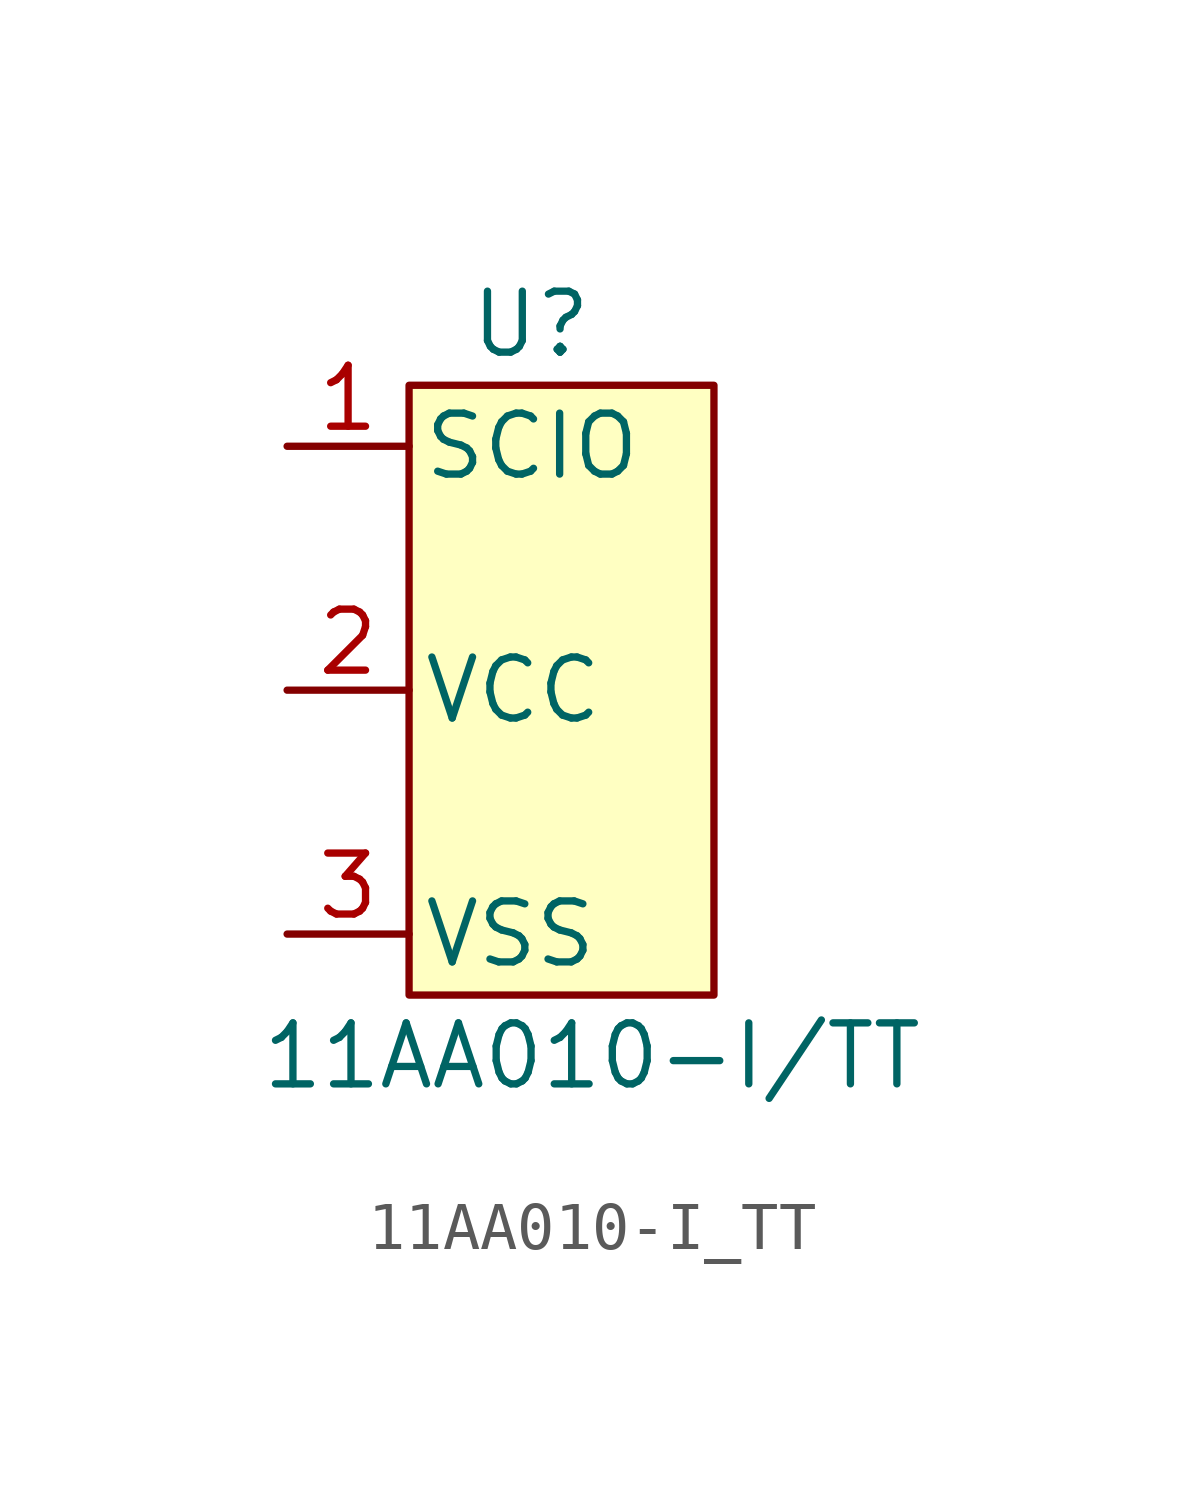
<source format=kicad_sym>
(kicad_symbol_lib
  (version 20231120)
  (generator "kicad_symbol_editor")
  (generator_version "8.0")
  (symbol "11AA010-I_TT"
    (pin_names
      (offset 0.254))
    (property "Reference" "U"
      (at 2.54 1.27 0)
      (effects (font (size 1.27 1.27))))
    (property "Value" "11AA010-I/TT"
      (at 3.81 -13.97 0)
      (effects (font (size 1.27 1.27))))
    (symbol "11AA010-I_TT_1_1"
      (rectangle (start 0 0) (end 6.35 -12.7) (stroke (width 0) (type default)) (fill (type background)))
      (pin bidirectional line (at -2.54 -1.27 0) (length 2.54) (name "SCIO" (effects (font (size 1.27 1.27)))) (number "1" (effects (font (size 1.27 1.27)))))
      (pin power_in line (at -2.54 -6.35 0) (length 2.54) (name "VCC" (effects (font (size 1.27 1.27)))) (number "2" (effects (font (size 1.27 1.27)))))
      (pin power_in line (at -2.54 -11.43 0) (length 2.54) (name "VSS" (effects (font (size 1.27 1.27)))) (number "3" (effects (font (size 1.27 1.27))))))))
</source>
